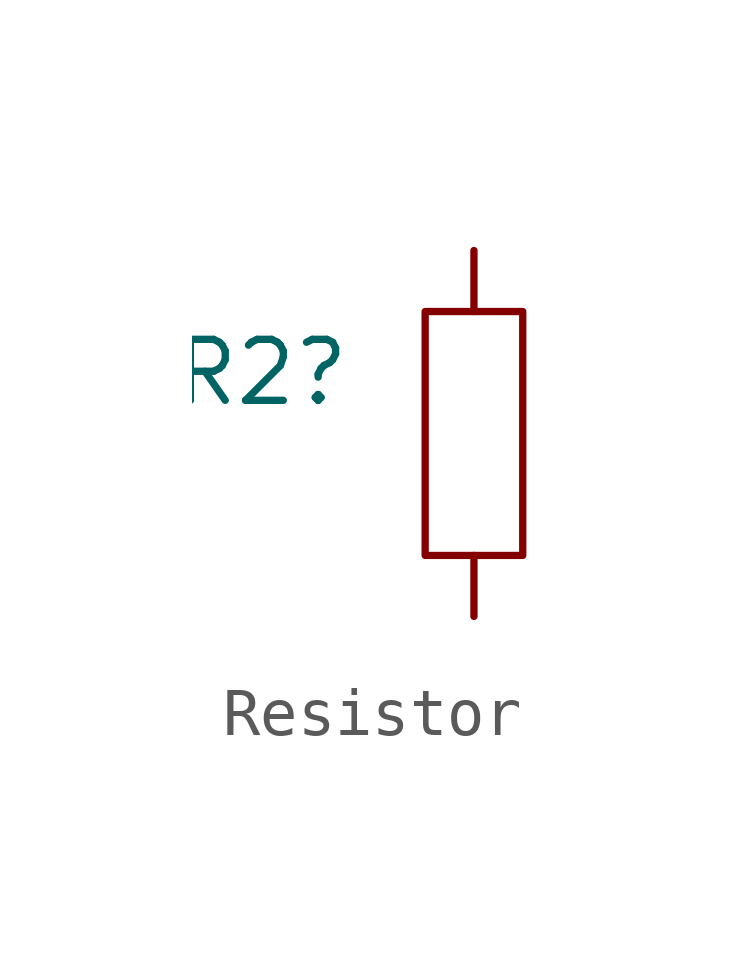
<source format=kicad_sym>
(kicad_symbol_lib
  (version 20241209)
  (generator "kicad_symbol_editor")
  (generator_version "9.0")
  (symbol "Resistor"
    (pin_numbers
      (hide yes))
    (pin_names
      (offset 0))
    (property "Reference" "R2"
      (at -2.54 1.27 0)
      (effects (font (size 1.27 1.27)) (justify right)))
    (property "Value" ""
      (at -2.54 -1.27 0)
      (effects (font (size 1.27 1.27)) (justify right)))
    (symbol "Resistor_1_1"
      (rectangle (start -1.016 2.54) (end 1.016 -2.54) (stroke (width 0) (type default)) (fill (type none)))
      (pin passive line (at 0 3.81 270) (length 1.27) (name "~" (effects (font (size 1.27 1.27)))) (number "1" (effects (font (size 1.27 1.27)))))
      (pin passive line (at 0 -3.81 90) (length 1.27) (name "~" (effects (font (size 1.27 1.27)))) (number "2" (effects (font (size 1.27 1.27))))))))
</source>
